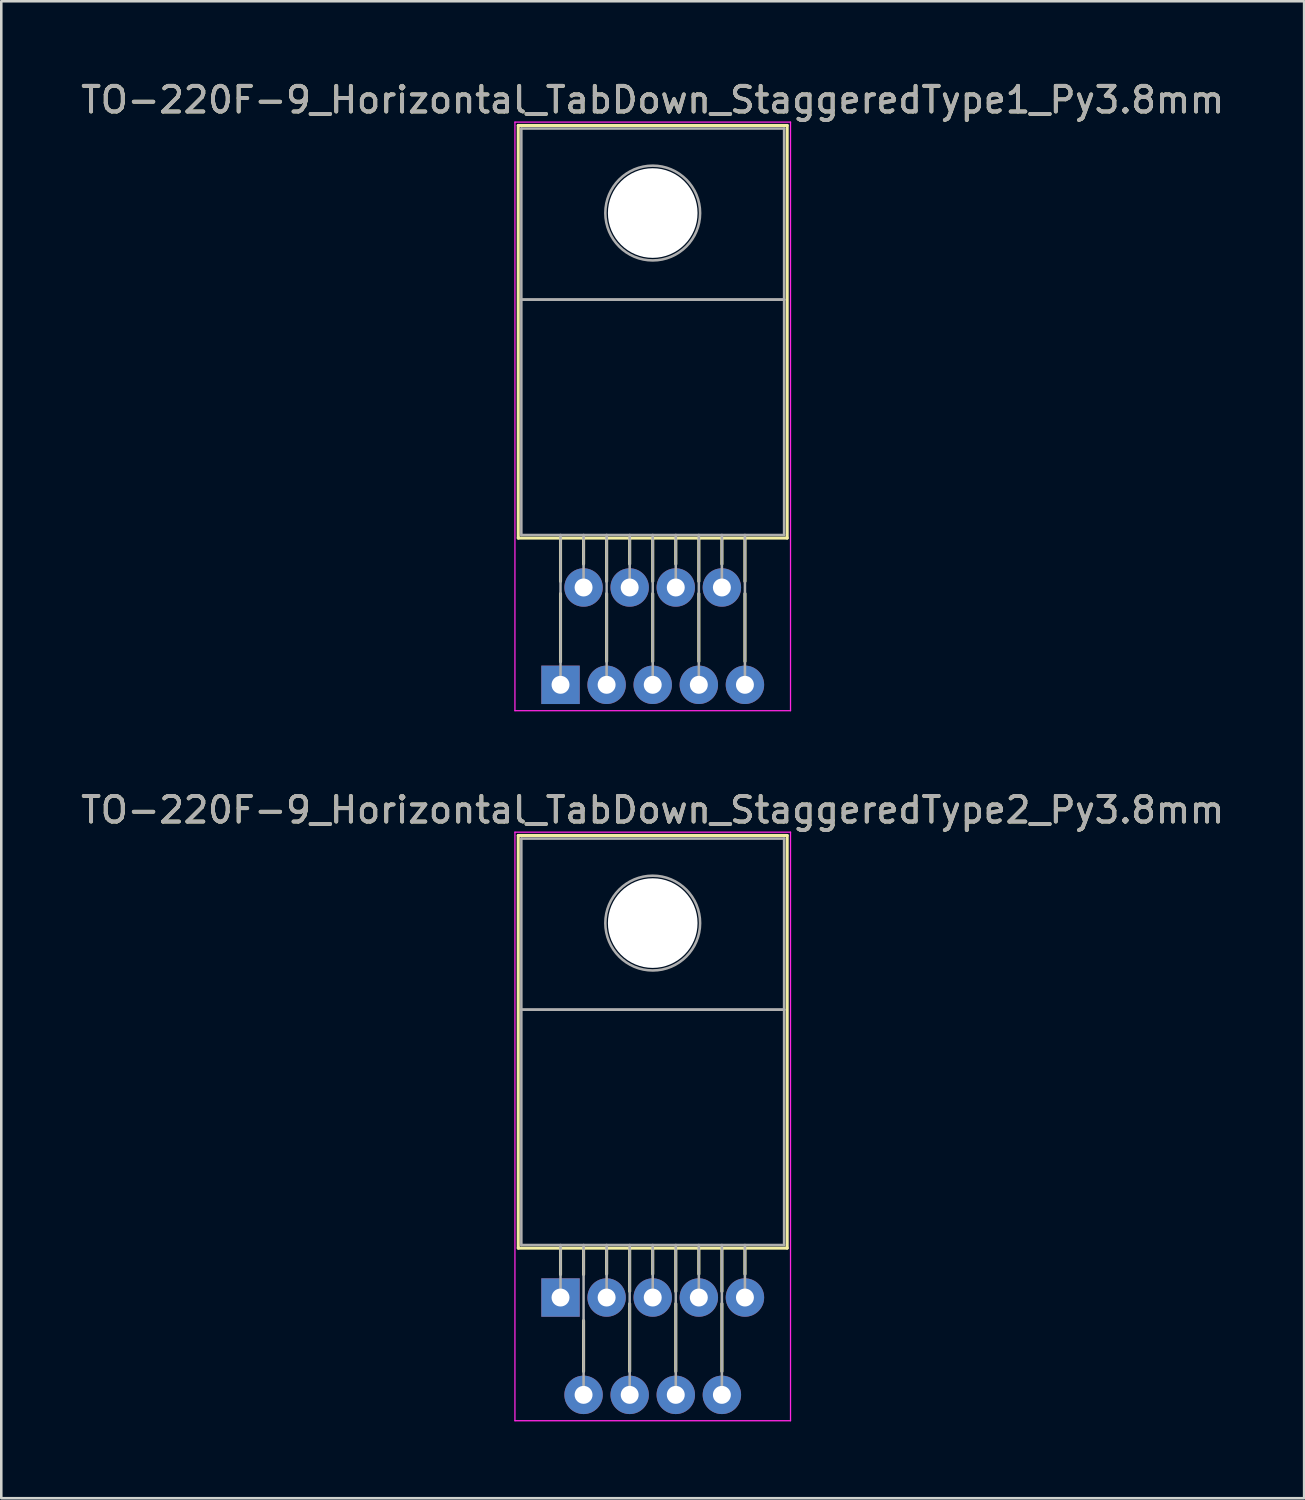
<source format=kicad_pcb>
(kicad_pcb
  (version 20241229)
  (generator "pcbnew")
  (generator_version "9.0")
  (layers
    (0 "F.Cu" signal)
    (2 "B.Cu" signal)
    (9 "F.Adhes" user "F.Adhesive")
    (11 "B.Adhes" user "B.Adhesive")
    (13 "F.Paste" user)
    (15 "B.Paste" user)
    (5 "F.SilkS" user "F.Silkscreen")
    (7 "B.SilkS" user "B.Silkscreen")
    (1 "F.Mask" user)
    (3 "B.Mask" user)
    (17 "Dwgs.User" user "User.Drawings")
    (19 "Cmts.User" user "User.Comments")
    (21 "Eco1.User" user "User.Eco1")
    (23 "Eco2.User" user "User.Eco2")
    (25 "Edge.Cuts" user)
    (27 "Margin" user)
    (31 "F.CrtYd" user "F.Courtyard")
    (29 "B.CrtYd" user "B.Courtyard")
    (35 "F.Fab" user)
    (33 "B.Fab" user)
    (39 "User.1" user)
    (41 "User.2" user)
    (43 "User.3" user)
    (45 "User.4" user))
  (footprint "TO-220F-9_Horizontal_TabDown_StaggeredType1_Py3.8mm"
    (layer "F.Cu")
    (at 18.835 23.688)
    (property "Reference" "TO-220F-9_Horizontal_TabDown_StaggeredType1_Py3.8mm" (at 3.6 -22.84 0) (layer "F.SilkS") (effects (font (size 1 1) (thickness 0.15))))
    (attr through_hole)
    (fp_line (start -1.65 -21.84) (end -1.65 -5.73) (stroke (width 0.12) (type solid)) (layer "F.SilkS"))
    (fp_line (start -1.65 -21.84) (end 8.85 -21.84) (stroke (width 0.12) (type solid)) (layer "F.SilkS"))
    (fp_line (start -1.65 -5.73) (end 8.85 -5.73) (stroke (width 0.12) (type solid)) (layer "F.SilkS"))
    (fp_line (start 0 -5.73) (end 0 -4.04) (stroke (width 0.12) (type solid)) (layer "F.SilkS"))
    (fp_line (start 0 -3.56) (end 0 -0.9) (stroke (width 0.12) (type solid)) (layer "F.SilkS"))
    (fp_line (start 0.9 -5.73) (end 0.9 -4.716) (stroke (width 0.12) (type solid)) (layer "F.SilkS"))
    (fp_line (start 1.8 -5.73) (end 1.8 -4.04) (stroke (width 0.12) (type solid)) (layer "F.SilkS"))
    (fp_line (start 1.8 -3.56) (end 1.8 -0.915) (stroke (width 0.12) (type solid)) (layer "F.SilkS"))
    (fp_line (start 2.7 -5.73) (end 2.7 -4.716) (stroke (width 0.12) (type solid)) (layer "F.SilkS"))
    (fp_line (start 3.6 -5.73) (end 3.6 -4.04) (stroke (width 0.12) (type solid)) (layer "F.SilkS"))
    (fp_line (start 3.6 -3.56) (end 3.6 -0.915) (stroke (width 0.12) (type solid)) (layer "F.SilkS"))
    (fp_line (start 4.5 -5.73) (end 4.5 -4.716) (stroke (width 0.12) (type solid)) (layer "F.SilkS"))
    (fp_line (start 5.4 -5.73) (end 5.4 -4.04) (stroke (width 0.12) (type solid)) (layer "F.SilkS"))
    (fp_line (start 5.4 -3.56) (end 5.4 -0.915) (stroke (width 0.12) (type solid)) (layer "F.SilkS"))
    (fp_line (start 6.301 -5.73) (end 6.301 -4.716) (stroke (width 0.12) (type solid)) (layer "F.SilkS"))
    (fp_line (start 7.201 -5.73) (end 7.201 -4.04) (stroke (width 0.12) (type solid)) (layer "F.SilkS"))
    (fp_line (start 7.201 -3.56) (end 7.201 -0.915) (stroke (width 0.12) (type solid)) (layer "F.SilkS"))
    (fp_line (start 8.85 -21.84) (end 8.85 -5.73) (stroke (width 0.12) (type solid)) (layer "F.SilkS"))
    (fp_line (start -1.78 -21.97) (end -1.78 1.01) (stroke (width 0.05) (type solid)) (layer "F.CrtYd"))
    (fp_line (start -1.78 1.01) (end 8.98 1.01) (stroke (width 0.05) (type solid)) (layer "F.CrtYd"))
    (fp_line (start 8.98 -21.97) (end -1.78 -21.97) (stroke (width 0.05) (type solid)) (layer "F.CrtYd"))
    (fp_line (start 8.98 1.01) (end 8.98 -21.97) (stroke (width 0.05) (type solid)) (layer "F.CrtYd"))
    (fp_line (start -1.53 -21.72) (end 8.73 -21.72) (stroke (width 0.1) (type solid)) (layer "F.Fab"))
    (fp_line (start -1.53 -15.04) (end -1.53 -21.72) (stroke (width 0.1) (type solid)) (layer "F.Fab"))
    (fp_line (start -1.53 -15.04) (end 8.73 -15.04) (stroke (width 0.1) (type solid)) (layer "F.Fab"))
    (fp_line (start -1.53 -5.85) (end -1.53 -15.04) (stroke (width 0.1) (type solid)) (layer "F.Fab"))
    (fp_line (start 0 -5.85) (end 0 0) (stroke (width 0.1) (type solid)) (layer "F.Fab"))
    (fp_line (start 0.9 -5.85) (end 0.9 -3.8) (stroke (width 0.1) (type solid)) (layer "F.Fab"))
    (fp_line (start 1.8 -5.85) (end 1.8 0) (stroke (width 0.1) (type solid)) (layer "F.Fab"))
    (fp_line (start 2.7 -5.85) (end 2.7 -3.8) (stroke (width 0.1) (type solid)) (layer "F.Fab"))
    (fp_line (start 3.6 -5.85) (end 3.6 0) (stroke (width 0.1) (type solid)) (layer "F.Fab"))
    (fp_line (start 4.5 -5.85) (end 4.5 -3.8) (stroke (width 0.1) (type solid)) (layer "F.Fab"))
    (fp_line (start 5.4 -5.85) (end 5.4 0) (stroke (width 0.1) (type solid)) (layer "F.Fab"))
    (fp_line (start 6.3 -5.85) (end 6.3 -3.8) (stroke (width 0.1) (type solid)) (layer "F.Fab"))
    (fp_line (start 7.2 -5.85) (end 7.2 0) (stroke (width 0.1) (type solid)) (layer "F.Fab"))
    (fp_line (start 8.73 -21.72) (end 8.73 -15.04) (stroke (width 0.1) (type solid)) (layer "F.Fab"))
    (fp_line (start 8.73 -15.04) (end -1.53 -15.04) (stroke (width 0.1) (type solid)) (layer "F.Fab"))
    (fp_line (start 8.73 -15.04) (end 8.73 -5.85) (stroke (width 0.1) (type solid)) (layer "F.Fab"))
    (fp_line (start 8.73 -5.85) (end -1.53 -5.85) (stroke (width 0.1) (type solid)) (layer "F.Fab"))
    (fp_circle (center 3.6 -18.42) (end 5.45 -18.42) (stroke (width 0.1) (type solid)) (fill no) (layer "F.Fab"))
    (fp_text user "${REFERENCE}" (at 3.6 -22.84 0) (layer "F.Fab") (effects (font (size 1 1) (thickness 0.15))))
    (pad "" np_thru_hole oval (at 3.6 -18.42) (size 3.5 3.5) (drill 3.5) (layers "*.Cu" "*.Mask"))
    (pad "1" thru_hole rect (at 0 0) (size 1.5 1.5) (drill 0.7) (layers "*.Cu" "*.Mask"))
    (pad "2" thru_hole oval (at 0.9 -3.8) (size 1.5 1.5) (drill 0.7) (layers "*.Cu" "*.Mask"))
    (pad "3" thru_hole oval (at 1.8 0) (size 1.5 1.5) (drill 0.7) (layers "*.Cu" "*.Mask"))
    (pad "4" thru_hole oval (at 2.7 -3.8) (size 1.5 1.5) (drill 0.7) (layers "*.Cu" "*.Mask"))
    (pad "5" thru_hole oval (at 3.6 0) (size 1.5 1.5) (drill 0.7) (layers "*.Cu" "*.Mask"))
    (pad "6" thru_hole oval (at 4.5 -3.8) (size 1.5 1.5) (drill 0.7) (layers "*.Cu" "*.Mask"))
    (pad "7" thru_hole oval (at 5.4 0) (size 1.5 1.5) (drill 0.7) (layers "*.Cu" "*.Mask"))
    (pad "8" thru_hole oval (at 6.3 -3.8) (size 1.5 1.5) (drill 0.7) (layers "*.Cu" "*.Mask"))
    (pad "9" thru_hole oval (at 7.2 0) (size 1.5 1.5) (drill 0.7) (layers "*.Cu" "*.Mask")))
  (footprint "TO-220F-9_Horizontal_TabDown_StaggeredType2_Py3.8mm"
    (layer "F.Cu")
    (at 18.835 47.611)
    (property "Reference" "TO-220F-9_Horizontal_TabDown_StaggeredType2_Py3.8mm" (at 3.6 -19.04 0) (layer "F.SilkS") (effects (font (size 1 1) (thickness 0.15))))
    (attr through_hole)
    (fp_line (start -1.65 -18.04) (end -1.65 -1.93) (stroke (width 0.12) (type solid)) (layer "F.SilkS"))
    (fp_line (start -1.65 -18.04) (end 8.85 -18.04) (stroke (width 0.12) (type solid)) (layer "F.SilkS"))
    (fp_line (start -1.65 -1.93) (end 8.85 -1.93) (stroke (width 0.12) (type solid)) (layer "F.SilkS"))
    (fp_line (start 0 -1.93) (end 0 -0.9) (stroke (width 0.12) (type solid)) (layer "F.SilkS"))
    (fp_line (start 0.9 -1.93) (end 0.9 -0.9) (stroke (width 0.12) (type solid)) (layer "F.SilkS"))
    (fp_line (start 0.9 0.9) (end 0.9 2.885) (stroke (width 0.12) (type solid)) (layer "F.SilkS"))
    (fp_line (start 1.8 -1.93) (end 1.8 -0.916) (stroke (width 0.12) (type solid)) (layer "F.SilkS"))
    (fp_line (start 2.7 -1.93) (end 2.7 -0.24) (stroke (width 0.12) (type solid)) (layer "F.SilkS"))
    (fp_line (start 2.7 0.24) (end 2.7 2.885) (stroke (width 0.12) (type solid)) (layer "F.SilkS"))
    (fp_line (start 3.6 -1.93) (end 3.6 -0.916) (stroke (width 0.12) (type solid)) (layer "F.SilkS"))
    (fp_line (start 4.5 -1.93) (end 4.5 -0.24) (stroke (width 0.12) (type solid)) (layer "F.SilkS"))
    (fp_line (start 4.5 0.24) (end 4.5 2.885) (stroke (width 0.12) (type solid)) (layer "F.SilkS"))
    (fp_line (start 5.4 -1.93) (end 5.4 -0.916) (stroke (width 0.12) (type solid)) (layer "F.SilkS"))
    (fp_line (start 6.301 -1.93) (end 6.301 -0.24) (stroke (width 0.12) (type solid)) (layer "F.SilkS"))
    (fp_line (start 6.301 0.24) (end 6.301 2.885) (stroke (width 0.12) (type solid)) (layer "F.SilkS"))
    (fp_line (start 7.201 -1.93) (end 7.201 -0.916) (stroke (width 0.12) (type solid)) (layer "F.SilkS"))
    (fp_line (start 8.85 -18.04) (end 8.85 -1.93) (stroke (width 0.12) (type solid)) (layer "F.SilkS"))
    (fp_line (start -1.78 -18.17) (end -1.78 4.81) (stroke (width 0.05) (type solid)) (layer "F.CrtYd"))
    (fp_line (start -1.78 4.81) (end 8.98 4.81) (stroke (width 0.05) (type solid)) (layer "F.CrtYd"))
    (fp_line (start 8.98 -18.17) (end -1.78 -18.17) (stroke (width 0.05) (type solid)) (layer "F.CrtYd"))
    (fp_line (start 8.98 4.81) (end 8.98 -18.17) (stroke (width 0.05) (type solid)) (layer "F.CrtYd"))
    (fp_line (start -1.53 -17.92) (end 8.73 -17.92) (stroke (width 0.1) (type solid)) (layer "F.Fab"))
    (fp_line (start -1.53 -11.24) (end -1.53 -17.92) (stroke (width 0.1) (type solid)) (layer "F.Fab"))
    (fp_line (start -1.53 -11.24) (end 8.73 -11.24) (stroke (width 0.1) (type solid)) (layer "F.Fab"))
    (fp_line (start -1.53 -2.05) (end -1.53 -11.24) (stroke (width 0.1) (type solid)) (layer "F.Fab"))
    (fp_line (start 0 -2.05) (end 0 0) (stroke (width 0.1) (type solid)) (layer "F.Fab"))
    (fp_line (start 0.9 -2.05) (end 0.9 3.8) (stroke (width 0.1) (type solid)) (layer "F.Fab"))
    (fp_line (start 1.8 -2.05) (end 1.8 0) (stroke (width 0.1) (type solid)) (layer "F.Fab"))
    (fp_line (start 2.7 -2.05) (end 2.7 3.8) (stroke (width 0.1) (type solid)) (layer "F.Fab"))
    (fp_line (start 3.6 -2.05) (end 3.6 0) (stroke (width 0.1) (type solid)) (layer "F.Fab"))
    (fp_line (start 4.5 -2.05) (end 4.5 3.8) (stroke (width 0.1) (type solid)) (layer "F.Fab"))
    (fp_line (start 5.4 -2.05) (end 5.4 0) (stroke (width 0.1) (type solid)) (layer "F.Fab"))
    (fp_line (start 6.3 -2.05) (end 6.3 3.8) (stroke (width 0.1) (type solid)) (layer "F.Fab"))
    (fp_line (start 7.2 -2.05) (end 7.2 0) (stroke (width 0.1) (type solid)) (layer "F.Fab"))
    (fp_line (start 8.73 -17.92) (end 8.73 -11.24) (stroke (width 0.1) (type solid)) (layer "F.Fab"))
    (fp_line (start 8.73 -11.24) (end -1.53 -11.24) (stroke (width 0.1) (type solid)) (layer "F.Fab"))
    (fp_line (start 8.73 -11.24) (end 8.73 -2.05) (stroke (width 0.1) (type solid)) (layer "F.Fab"))
    (fp_line (start 8.73 -2.05) (end -1.53 -2.05) (stroke (width 0.1) (type solid)) (layer "F.Fab"))
    (fp_circle (center 3.6 -14.62) (end 5.45 -14.62) (stroke (width 0.1) (type solid)) (fill no) (layer "F.Fab"))
    (fp_text user "${REFERENCE}" (at 3.6 -19.04 0) (layer "F.Fab") (effects (font (size 1 1) (thickness 0.15))))
    (pad "" np_thru_hole oval (at 3.6 -14.62) (size 3.5 3.5) (drill 3.5) (layers "*.Cu" "*.Mask"))
    (pad "1" thru_hole rect (at 0 0) (size 1.5 1.5) (drill 0.7) (layers "*.Cu" "*.Mask"))
    (pad "2" thru_hole oval (at 0.9 3.8) (size 1.5 1.5) (drill 0.7) (layers "*.Cu" "*.Mask"))
    (pad "3" thru_hole oval (at 1.8 0) (size 1.5 1.5) (drill 0.7) (layers "*.Cu" "*.Mask"))
    (pad "4" thru_hole oval (at 2.7 3.8) (size 1.5 1.5) (drill 0.7) (layers "*.Cu" "*.Mask"))
    (pad "5" thru_hole oval (at 3.6 0) (size 1.5 1.5) (drill 0.7) (layers "*.Cu" "*.Mask"))
    (pad "6" thru_hole oval (at 4.5 3.8) (size 1.5 1.5) (drill 0.7) (layers "*.Cu" "*.Mask"))
    (pad "7" thru_hole oval (at 5.4 0) (size 1.5 1.5) (drill 0.7) (layers "*.Cu" "*.Mask"))
    (pad "8" thru_hole oval (at 6.3 3.8) (size 1.5 1.5) (drill 0.7) (layers "*.Cu" "*.Mask"))
    (pad "9" thru_hole oval (at 7.2 0) (size 1.5 1.5) (drill 0.7) (layers "*.Cu" "*.Mask")))
  (gr_rect
    (start -3 -3)
    (end 47.869 55.447)
    (stroke (width 0.1) (type default))
    (fill no)
    (layer "Edge.Cuts")))
</source>
